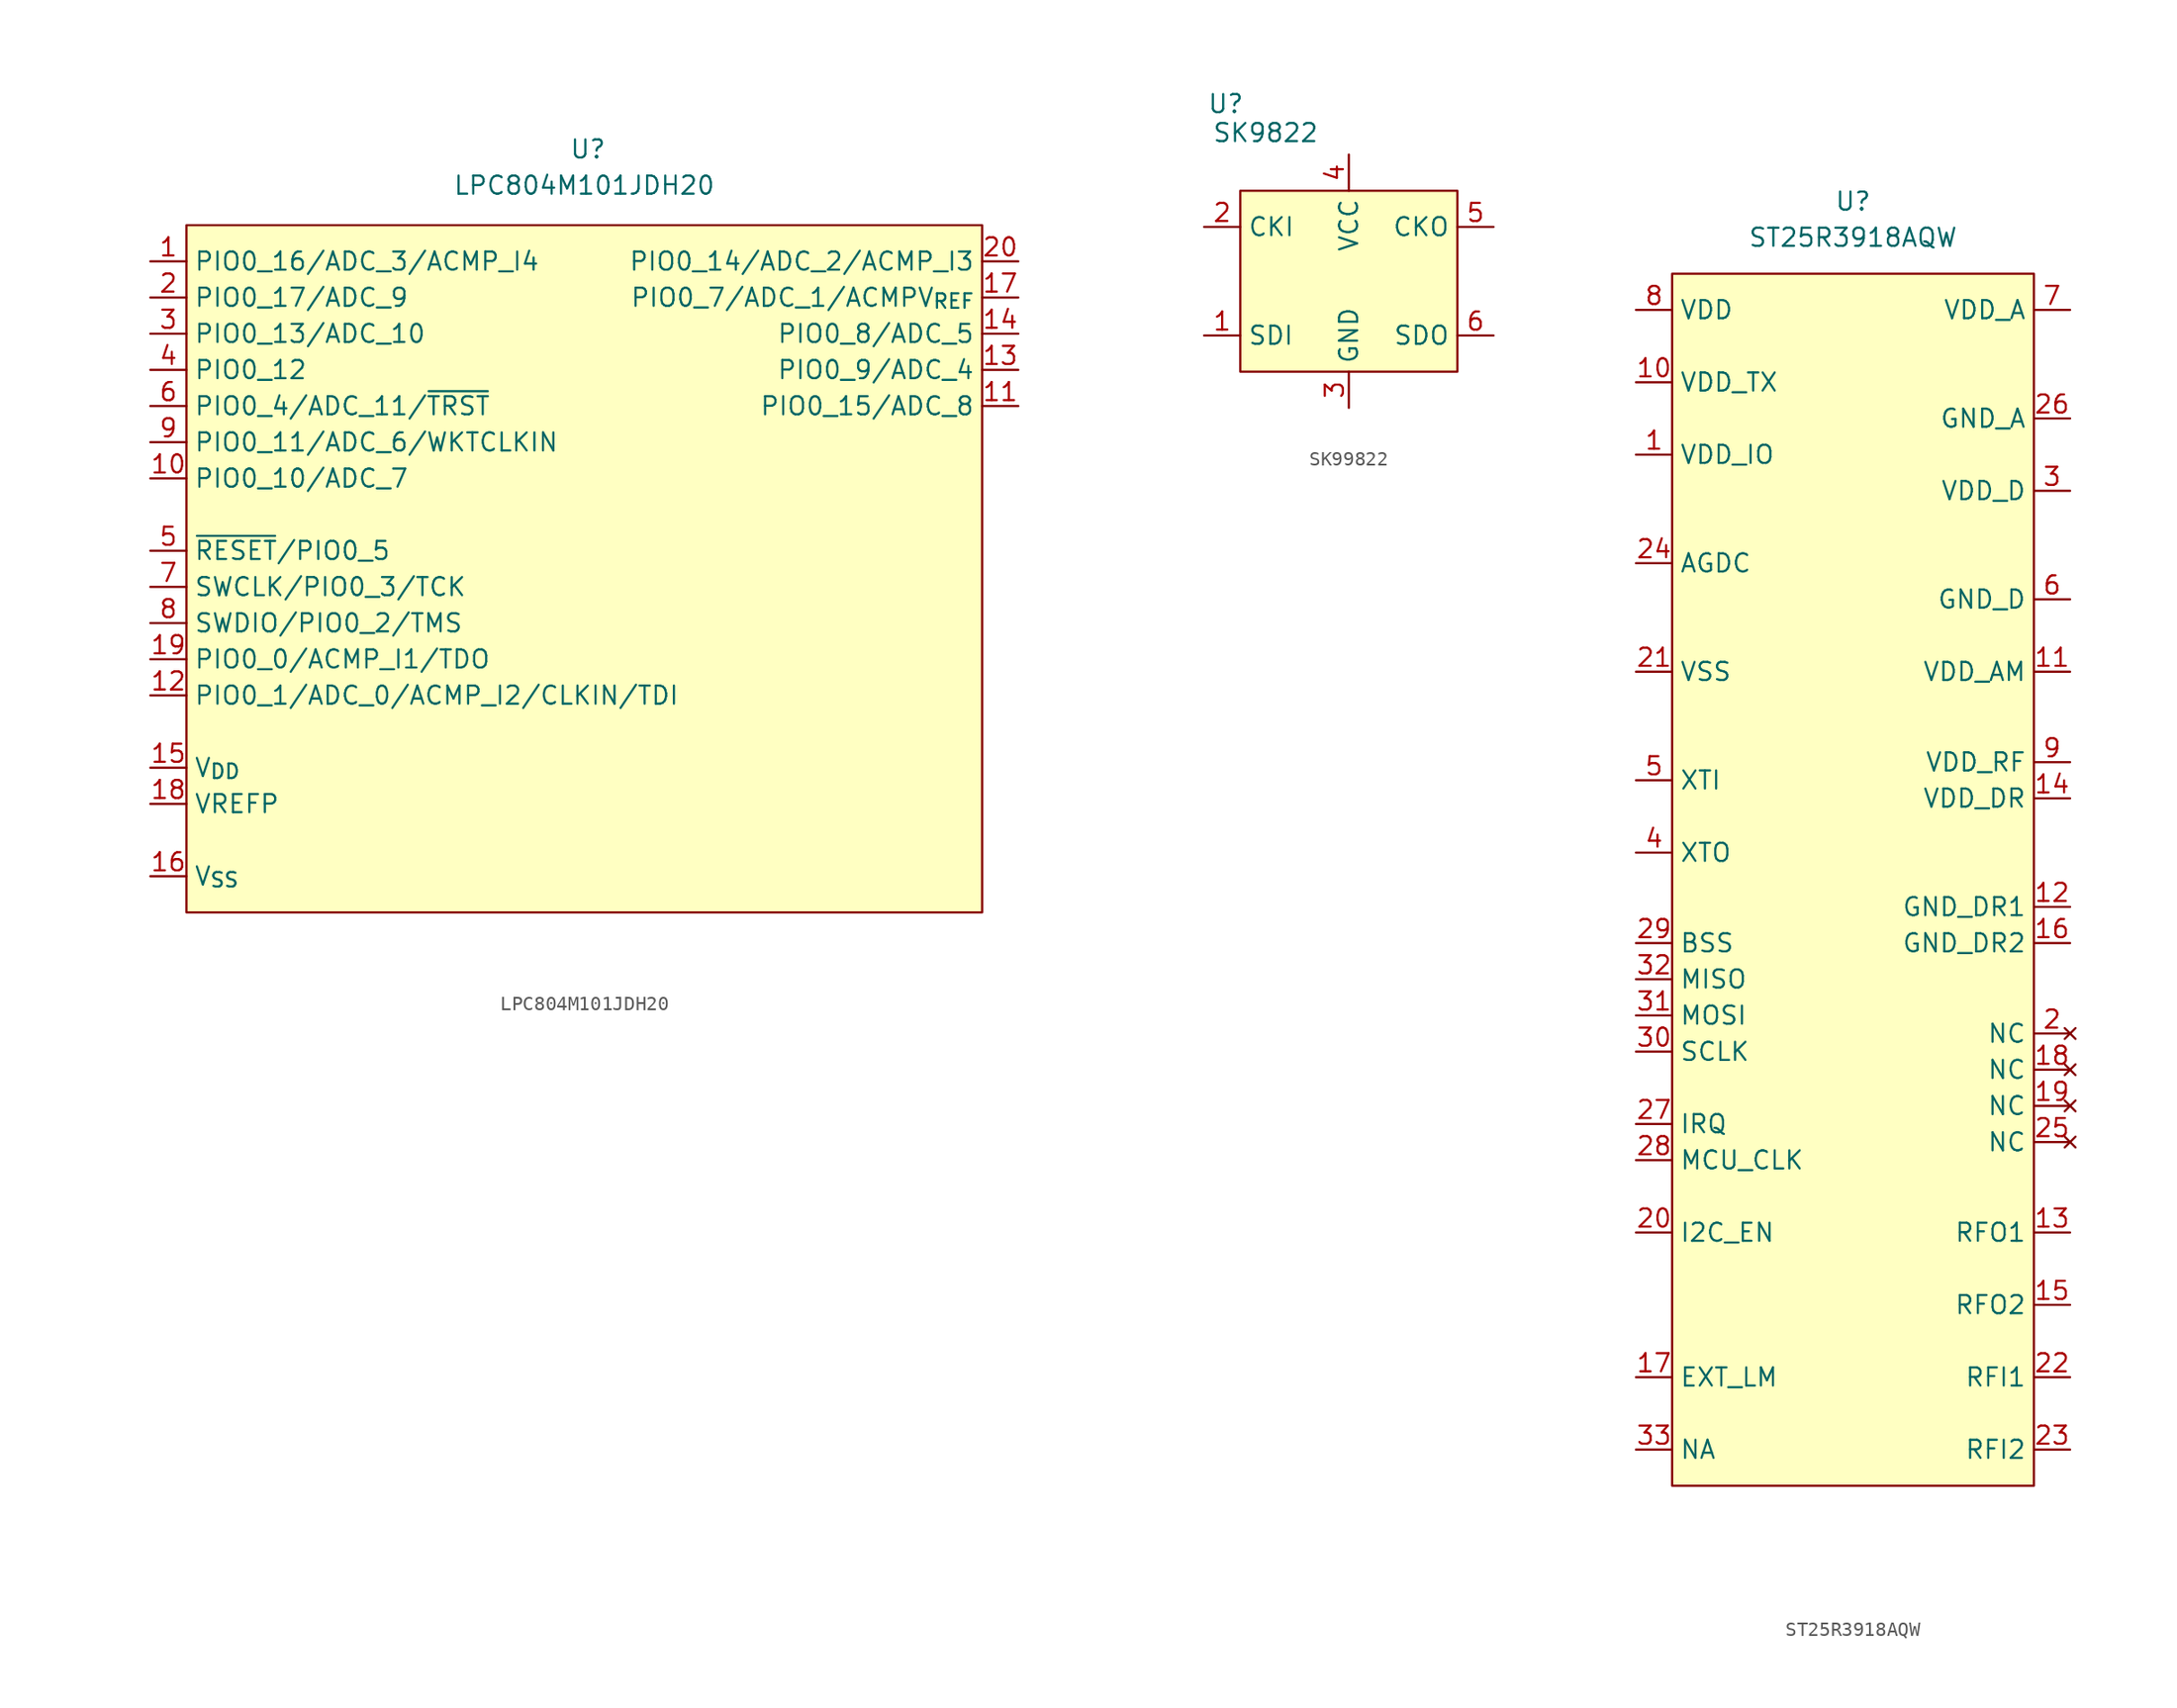
<source format=kicad_sym>
(kicad_symbol_lib
  (version 20231120)
  (generator "kicad_symbol_editor")
  (generator_version "8.0")
  (symbol "LPC804M101JDH20"
    (property "Reference" "U"
      (at 0.254 7.874 0)
      (effects (font (size 1.27 1.27))))
    (property "Value" "LPC804M101JDH20"
      (at 0 5.334 0)
      (effects (font (size 1.27 1.27))))
    (symbol "LPC804M101JDH20_1_1"
      (rectangle (start -27.94 2.54) (end 27.94 -45.72) (stroke (width 0) (type default)) (fill (type background)))
      (pin bidirectional line (at -30.48 0 0) (length 2.54) (name "PIO0_16/ADC_3/ACMP_I4" (effects (font (size 1.27 1.27)))) (number "1" (effects (font (size 1.27 1.27)))))
      (pin bidirectional line (at -30.48 -15.24 0) (length 2.54) (name "PIO0_10/ADC_7" (effects (font (size 1.27 1.27)))) (number "10" (effects (font (size 1.27 1.27)))))
      (pin bidirectional line (at 30.48 -10.16 180) (length 2.54) (name "PIO0_15/ADC_8" (effects (font (size 1.27 1.27)))) (number "11" (effects (font (size 1.27 1.27)))))
      (pin bidirectional line (at -30.48 -30.48 0) (length 2.54) (name "PIO0_1/ADC_0/ACMP_I2/CLKIN/TDI" (effects (font (size 1.27 1.27)))) (number "12" (effects (font (size 1.27 1.27)))))
      (pin bidirectional line (at 30.48 -7.62 180) (length 2.54) (name "PIO0_9/ADC_4" (effects (font (size 1.27 1.27)))) (number "13" (effects (font (size 1.27 1.27)))))
      (pin bidirectional line (at 30.48 -5.08 180) (length 2.54) (name "PIO0_8/ADC_5" (effects (font (size 1.27 1.27)))) (number "14" (effects (font (size 1.27 1.27)))))
      (pin power_in line (at -30.48 -35.56 0) (length 2.54) (name "V_{DD}" (effects (font (size 1.27 1.27)))) (number "15" (effects (font (size 1.27 1.27)))))
      (pin power_in line (at -30.48 -43.18 0) (length 2.54) (name "V_{SS}" (effects (font (size 1.27 1.27)))) (number "16" (effects (font (size 1.27 1.27)))))
      (pin bidirectional line (at 30.48 -2.54 180) (length 2.54) (name "PIO0_7/ADC_1/ACMPV_{REF}" (effects (font (size 1.27 1.27)))) (number "17" (effects (font (size 1.27 1.27)))))
      (pin bidirectional line (at -30.48 -38.1 0) (length 2.54) (name "VREFP" (effects (font (size 1.27 1.27)))) (number "18" (effects (font (size 1.27 1.27)))))
      (pin bidirectional line (at -30.48 -27.94 0) (length 2.54) (name "PIO0_0/ACMP_I1/TDO" (effects (font (size 1.27 1.27)))) (number "19" (effects (font (size 1.27 1.27)))))
      (pin bidirectional line (at -30.48 -2.54 0) (length 2.54) (name "PIO0_17/ADC_9" (effects (font (size 1.27 1.27)))) (number "2" (effects (font (size 1.27 1.27)))))
      (pin bidirectional line (at 30.48 0 180) (length 2.54) (name "PIO0_14/ADC_2/ACMP_I3" (effects (font (size 1.27 1.27)))) (number "20" (effects (font (size 1.27 1.27)))))
      (pin bidirectional line (at -30.48 -5.08 0) (length 2.54) (name "PIO0_13/ADC_10" (effects (font (size 1.27 1.27)))) (number "3" (effects (font (size 1.27 1.27)))))
      (pin bidirectional line (at -30.48 -7.62 0) (length 2.54) (name "PIO0_12" (effects (font (size 1.27 1.27)))) (number "4" (effects (font (size 1.27 1.27)))))
      (pin bidirectional line (at -30.48 -20.32 0) (length 2.54) (name "~{RESET}/PIO0_5" (effects (font (size 1.27 1.27)))) (number "5" (effects (font (size 1.27 1.27)))))
      (pin bidirectional line (at -30.48 -10.16 0) (length 2.54) (name "PIO0_4/ADC_11/~{TRST}" (effects (font (size 1.27 1.27)))) (number "6" (effects (font (size 1.27 1.27)))))
      (pin bidirectional line (at -30.48 -22.86 0) (length 2.54) (name "SWCLK/PIO0_3/TCK" (effects (font (size 1.27 1.27)))) (number "7" (effects (font (size 1.27 1.27)))))
      (pin bidirectional line (at -30.48 -25.4 0) (length 2.54) (name "SWDIO/PIO0_2/TMS" (effects (font (size 1.27 1.27)))) (number "8" (effects (font (size 1.27 1.27)))))
      (pin bidirectional line (at -30.48 -12.7 0) (length 2.54) (name "PIO0_11/ADC_6/WKTCLKIN" (effects (font (size 1.27 1.27)))) (number "9" (effects (font (size 1.27 1.27)))))))
  (symbol "SK99822"
    (property "Reference" "U"
      (at -8.636 6.096 0)
      (effects (font (size 1.27 1.27))))
    (property "Value" "SK9822"
      (at -5.842 4.064 0)
      (effects (font (size 1.27 1.27))))
    (symbol "SK99822_1_1"
      (rectangle (start -7.62 0) (end 7.62 -12.7) (stroke (width 0) (type default)) (fill (type background)))
      (pin input line (at -10.16 -10.16 0) (length 2.54) (name "SDI" (effects (font (size 1.27 1.27)))) (number "1" (effects (font (size 1.27 1.27)))))
      (pin input line (at -10.16 -2.54 0) (length 2.54) (name "CKI" (effects (font (size 1.27 1.27)))) (number "2" (effects (font (size 1.27 1.27)))))
      (pin power_in line (at 0 -15.24 90) (length 2.54) (name "GND" (effects (font (size 1.27 1.27)))) (number "3" (effects (font (size 1.27 1.27)))))
      (pin power_in line (at 0 2.54 270) (length 2.54) (name "VCC" (effects (font (size 1.27 1.27)))) (number "4" (effects (font (size 1.27 1.27)))))
      (pin output line (at 10.16 -2.54 180) (length 2.54) (name "CKO" (effects (font (size 1.27 1.27)))) (number "5" (effects (font (size 1.27 1.27)))))
      (pin output line (at 10.16 -10.16 180) (length 2.54) (name "SDO" (effects (font (size 1.27 1.27)))) (number "6" (effects (font (size 1.27 1.27)))))))
  (symbol "ST25R3918AQW"
    (property "Reference" "U"
      (at 0 7.62 0)
      (effects (font (size 1.27 1.27))))
    (property "Value" "ST25R3918AQW"
      (at 0 5.08 0)
      (effects (font (size 1.27 1.27))))
    (symbol "ST25R3918AQW_1_1"
      (rectangle (start -12.7 2.54) (end 12.7 -82.55) (stroke (width 0) (type default)) (fill (type background)))
      (pin power_in line (at -15.24 -10.16 0) (length 2.54) (name "VDD_IO" (effects (font (size 1.27 1.27)))) (number "1" (effects (font (size 1.27 1.27)))))
      (pin power_in line (at -15.24 -5.08 0) (length 2.54) (name "VDD_TX" (effects (font (size 1.27 1.27)))) (number "10" (effects (font (size 1.27 1.27)))))
      (pin output line (at 15.24 -25.4 180) (length 2.54) (name "VDD_AM" (effects (font (size 1.27 1.27)))) (number "11" (effects (font (size 1.27 1.27)))))
      (pin power_in line (at 15.24 -41.91 180) (length 2.54) (name "GND_DR1" (effects (font (size 1.27 1.27)))) (number "12" (effects (font (size 1.27 1.27)))))
      (pin output line (at 15.24 -64.77 180) (length 2.54) (name "RFO1" (effects (font (size 1.27 1.27)))) (number "13" (effects (font (size 1.27 1.27)))))
      (pin power_in line (at 15.24 -34.29 180) (length 2.54) (name "VDD_DR" (effects (font (size 1.27 1.27)))) (number "14" (effects (font (size 1.27 1.27)))))
      (pin output line (at 15.24 -69.85 180) (length 2.54) (name "RFO2" (effects (font (size 1.27 1.27)))) (number "15" (effects (font (size 1.27 1.27)))))
      (pin power_in line (at 15.24 -44.45 180) (length 2.54) (name "GND_DR2" (effects (font (size 1.27 1.27)))) (number "16" (effects (font (size 1.27 1.27)))))
      (pin output line (at -15.24 -74.93 0) (length 2.54) (name "EXT_LM" (effects (font (size 1.27 1.27)))) (number "17" (effects (font (size 1.27 1.27)))))
      (pin no_connect line (at 15.24 -53.34 180) (length 2.54) (name "NC" (effects (font (size 1.27 1.27)))) (number "18" (effects (font (size 1.27 1.27)))))
      (pin no_connect line (at 15.24 -55.88 180) (length 2.54) (name "NC" (effects (font (size 1.27 1.27)))) (number "19" (effects (font (size 1.27 1.27)))))
      (pin no_connect line (at 15.24 -50.8 180) (length 2.54) (name "NC" (effects (font (size 1.27 1.27)))) (number "2" (effects (font (size 1.27 1.27)))))
      (pin input line (at -15.24 -64.77 0) (length 2.54) (name "I2C_EN" (effects (font (size 1.27 1.27)))) (number "20" (effects (font (size 1.27 1.27)))))
      (pin power_in line (at -15.24 -25.4 0) (length 2.54) (name "VSS" (effects (font (size 1.27 1.27)))) (number "21" (effects (font (size 1.27 1.27)))))
      (pin input line (at 15.24 -74.93 180) (length 2.54) (name "RFI1" (effects (font (size 1.27 1.27)))) (number "22" (effects (font (size 1.27 1.27)))))
      (pin input line (at 15.24 -80.01 180) (length 2.54) (name "RFI2" (effects (font (size 1.27 1.27)))) (number "23" (effects (font (size 1.27 1.27)))))
      (pin bidirectional line (at -15.24 -17.78 0) (length 2.54) (name "AGDC" (effects (font (size 1.27 1.27)))) (number "24" (effects (font (size 1.27 1.27)))))
      (pin no_connect line (at 15.24 -58.42 180) (length 2.54) (name "NC" (effects (font (size 1.27 1.27)))) (number "25" (effects (font (size 1.27 1.27)))))
      (pin power_in line (at 15.24 -7.62 180) (length 2.54) (name "GND_A" (effects (font (size 1.27 1.27)))) (number "26" (effects (font (size 1.27 1.27)))))
      (pin output line (at -15.24 -57.15 0) (length 2.54) (name "IRQ" (effects (font (size 1.27 1.27)))) (number "27" (effects (font (size 1.27 1.27)))))
      (pin output line (at -15.24 -59.69 0) (length 2.54) (name "MCU_CLK" (effects (font (size 1.27 1.27)))) (number "28" (effects (font (size 1.27 1.27)))))
      (pin input line (at -15.24 -44.45 0) (length 2.54) (name "BSS" (effects (font (size 1.27 1.27)))) (number "29" (effects (font (size 1.27 1.27)))))
      (pin output line (at 15.24 -12.7 180) (length 2.54) (name "VDD_D" (effects (font (size 1.27 1.27)))) (number "3" (effects (font (size 1.27 1.27)))))
      (pin input line (at -15.24 -52.07 0) (length 2.54) (name "SCLK" (effects (font (size 1.27 1.27)))) (number "30" (effects (font (size 1.27 1.27)))))
      (pin input line (at -15.24 -49.53 0) (length 2.54) (name "MOSI" (effects (font (size 1.27 1.27)))) (number "31" (effects (font (size 1.27 1.27)))))
      (pin output line (at -15.24 -46.99 0) (length 2.54) (name "MISO" (effects (font (size 1.27 1.27)))) (number "32" (effects (font (size 1.27 1.27)))))
      (pin power_in line (at -15.24 -80.01 0) (length 2.54) (name "NA" (effects (font (size 1.27 1.27)))) (number "33" (effects (font (size 1.27 1.27)))))
      (pin output line (at -15.24 -38.1 0) (length 2.54) (name "XTO" (effects (font (size 1.27 1.27)))) (number "4" (effects (font (size 1.27 1.27)))))
      (pin bidirectional line (at -15.24 -33.02 0) (length 2.54) (name "XTI" (effects (font (size 1.27 1.27)))) (number "5" (effects (font (size 1.27 1.27)))))
      (pin power_in line (at 15.24 -20.32 180) (length 2.54) (name "GND_D" (effects (font (size 1.27 1.27)))) (number "6" (effects (font (size 1.27 1.27)))))
      (pin output line (at 15.24 0 180) (length 2.54) (name "VDD_A" (effects (font (size 1.27 1.27)))) (number "7" (effects (font (size 1.27 1.27)))))
      (pin power_in line (at -15.24 0 0) (length 2.54) (name "VDD" (effects (font (size 1.27 1.27)))) (number "8" (effects (font (size 1.27 1.27)))))
      (pin output line (at 15.24 -31.75 180) (length 2.54) (name "VDD_RF" (effects (font (size 1.27 1.27)))) (number "9" (effects (font (size 1.27 1.27))))))))
</source>
